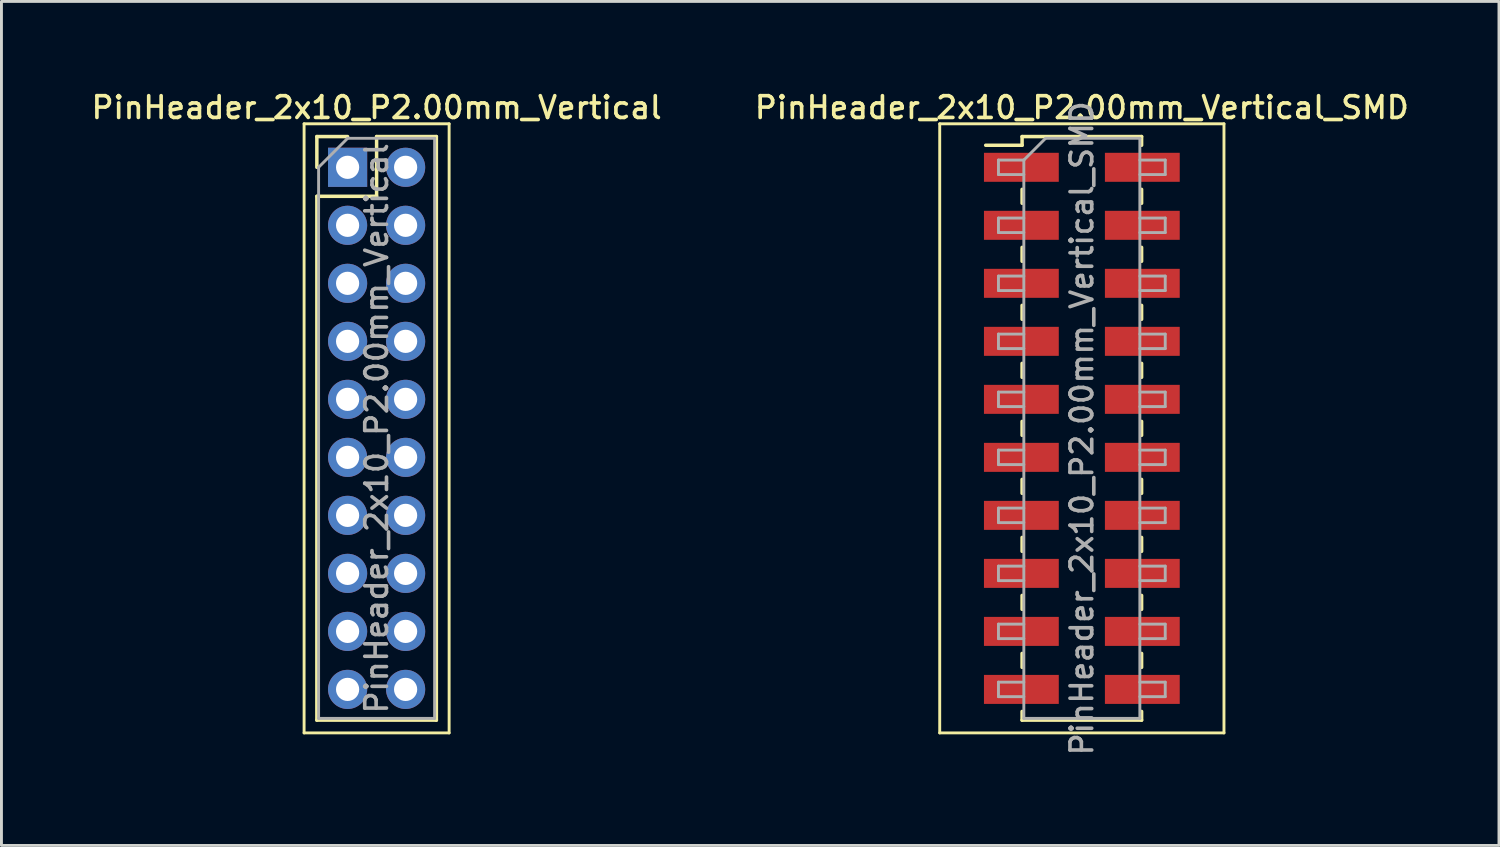
<source format=kicad_pcb>
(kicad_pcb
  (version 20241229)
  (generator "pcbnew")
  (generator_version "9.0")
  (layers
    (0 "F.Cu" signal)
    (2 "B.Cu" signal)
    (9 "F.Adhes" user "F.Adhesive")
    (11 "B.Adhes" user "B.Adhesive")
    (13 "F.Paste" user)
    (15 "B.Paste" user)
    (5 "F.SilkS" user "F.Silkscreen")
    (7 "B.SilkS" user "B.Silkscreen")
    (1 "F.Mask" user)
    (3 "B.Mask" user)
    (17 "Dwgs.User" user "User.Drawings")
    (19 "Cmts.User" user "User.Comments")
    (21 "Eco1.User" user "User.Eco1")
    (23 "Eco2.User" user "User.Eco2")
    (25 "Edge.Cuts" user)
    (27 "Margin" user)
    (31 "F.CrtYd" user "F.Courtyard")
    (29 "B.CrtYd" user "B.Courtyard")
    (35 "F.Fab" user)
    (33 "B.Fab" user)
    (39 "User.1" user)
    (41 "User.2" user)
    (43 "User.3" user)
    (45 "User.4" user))
  (footprint "PinHeader_2x10_P2.00mm_Vertical"
    (layer "F.Cu")
    (at 8.934 2.718)
    (property "Reference" "PinHeader_2x10_P2.00mm_Vertical" (at 1 -2.06 0) (layer "F.SilkS") (effects (font (size 0.75 0.75) (thickness 0.125))))
    (attr through_hole)
    (fp_line (start -1.5 -1.5) (end -1.5 19.5) (stroke (width 0.1) (type solid)) (layer "F.SilkS"))
    (fp_line (start -1.5 19.5) (end 3.5 19.5) (stroke (width 0.1) (type solid)) (layer "F.SilkS"))
    (fp_line (start -1.06 -1.06) (end 0 -1.06) (stroke (width 0.12) (type solid)) (layer "F.SilkS"))
    (fp_line (start -1.06 0) (end -1.06 -1.06) (stroke (width 0.12) (type solid)) (layer "F.SilkS"))
    (fp_line (start -1.06 1) (end -1.06 19.06) (stroke (width 0.12) (type solid)) (layer "F.SilkS"))
    (fp_line (start -1.06 1) (end 1 1) (stroke (width 0.12) (type solid)) (layer "F.SilkS"))
    (fp_line (start -1.06 19.06) (end 3.06 19.06) (stroke (width 0.12) (type solid)) (layer "F.SilkS"))
    (fp_line (start 1 -1.06) (end 3.06 -1.06) (stroke (width 0.12) (type solid)) (layer "F.SilkS"))
    (fp_line (start 1 1) (end 1 -1.06) (stroke (width 0.12) (type solid)) (layer "F.SilkS"))
    (fp_line (start 3.06 -1.06) (end 3.06 19.06) (stroke (width 0.12) (type solid)) (layer "F.SilkS"))
    (fp_line (start 3.5 -1.5) (end -1.5 -1.5) (stroke (width 0.1) (type solid)) (layer "F.SilkS"))
    (fp_line (start 3.5 19.5) (end 3.5 -1.5) (stroke (width 0.1) (type solid)) (layer "F.SilkS"))
    (fp_line (start -1 0) (end 0 -1) (stroke (width 0.1) (type solid)) (layer "F.Fab"))
    (fp_line (start -1 19) (end -1 0) (stroke (width 0.1) (type solid)) (layer "F.Fab"))
    (fp_line (start 0 -1) (end 3 -1) (stroke (width 0.1) (type solid)) (layer "F.Fab"))
    (fp_line (start 3 -1) (end 3 19) (stroke (width 0.1) (type solid)) (layer "F.Fab"))
    (fp_line (start 3 19) (end -1 19) (stroke (width 0.1) (type solid)) (layer "F.Fab"))
    (fp_text user "${REFERENCE}" (at 1 9 90) (layer "F.Fab") (effects (font (size 0.75 0.75) (thickness 0.125))))
    (pad "1" thru_hole rect (at 0 0) (size 1.35 1.35) (drill 0.8) (layers "*.Cu" "*.Mask"))
    (pad "2" thru_hole oval (at 2 0) (size 1.35 1.35) (drill 0.8) (layers "*.Cu" "*.Mask"))
    (pad "3" thru_hole oval (at 0 2) (size 1.35 1.35) (drill 0.8) (layers "*.Cu" "*.Mask"))
    (pad "4" thru_hole oval (at 2 2) (size 1.35 1.35) (drill 0.8) (layers "*.Cu" "*.Mask"))
    (pad "5" thru_hole oval (at 0 4) (size 1.35 1.35) (drill 0.8) (layers "*.Cu" "*.Mask"))
    (pad "6" thru_hole oval (at 2 4) (size 1.35 1.35) (drill 0.8) (layers "*.Cu" "*.Mask"))
    (pad "7" thru_hole oval (at 0 6) (size 1.35 1.35) (drill 0.8) (layers "*.Cu" "*.Mask"))
    (pad "8" thru_hole oval (at 2 6) (size 1.35 1.35) (drill 0.8) (layers "*.Cu" "*.Mask"))
    (pad "9" thru_hole oval (at 0 8) (size 1.35 1.35) (drill 0.8) (layers "*.Cu" "*.Mask"))
    (pad "10" thru_hole oval (at 2 8) (size 1.35 1.35) (drill 0.8) (layers "*.Cu" "*.Mask"))
    (pad "11" thru_hole oval (at 0 10) (size 1.35 1.35) (drill 0.8) (layers "*.Cu" "*.Mask"))
    (pad "12" thru_hole oval (at 2 10) (size 1.35 1.35) (drill 0.8) (layers "*.Cu" "*.Mask"))
    (pad "13" thru_hole oval (at 0 12) (size 1.35 1.35) (drill 0.8) (layers "*.Cu" "*.Mask"))
    (pad "14" thru_hole oval (at 2 12) (size 1.35 1.35) (drill 0.8) (layers "*.Cu" "*.Mask"))
    (pad "15" thru_hole oval (at 0 14) (size 1.35 1.35) (drill 0.8) (layers "*.Cu" "*.Mask"))
    (pad "16" thru_hole oval (at 2 14) (size 1.35 1.35) (drill 0.8) (layers "*.Cu" "*.Mask"))
    (pad "17" thru_hole oval (at 0 16) (size 1.35 1.35) (drill 0.8) (layers "*.Cu" "*.Mask"))
    (pad "18" thru_hole oval (at 2 16) (size 1.35 1.35) (drill 0.8) (layers "*.Cu" "*.Mask"))
    (pad "19" thru_hole oval (at 0 18) (size 1.35 1.35) (drill 0.8) (layers "*.Cu" "*.Mask"))
    (pad "20" thru_hole oval (at 2 18) (size 1.35 1.35) (drill 0.8) (layers "*.Cu" "*.Mask")))
  (footprint "PinHeader_2x10_P2.00mm_Vertical_SMD"
    (layer "F.Cu")
    (at 34.248 11.718)
    (property "Reference" "PinHeader_2x10_P2.00mm_Vertical_SMD" (at 0 -11.06 0) (layer "F.SilkS") (effects (font (size 0.75 0.75) (thickness 0.125))))
    (attr smd)
    (fp_line (start -4.9 -10.5) (end -4.9 10.5) (stroke (width 0.1) (type solid)) (layer "F.SilkS"))
    (fp_line (start -4.9 10.5) (end 4.9 10.5) (stroke (width 0.1) (type solid)) (layer "F.SilkS"))
    (fp_line (start -3.315 -9.76) (end -2.06 -9.76) (stroke (width 0.12) (type solid)) (layer "F.SilkS"))
    (fp_line (start -2.06 -10.06) (end -2.06 -9.76) (stroke (width 0.12) (type solid)) (layer "F.SilkS"))
    (fp_line (start -2.06 -10.06) (end 2.06 -10.06) (stroke (width 0.12) (type solid)) (layer "F.SilkS"))
    (fp_line (start -2.06 -8.24) (end -2.06 -7.76) (stroke (width 0.12) (type solid)) (layer "F.SilkS"))
    (fp_line (start -2.06 -6.24) (end -2.06 -5.76) (stroke (width 0.12) (type solid)) (layer "F.SilkS"))
    (fp_line (start -2.06 -4.24) (end -2.06 -3.76) (stroke (width 0.12) (type solid)) (layer "F.SilkS"))
    (fp_line (start -2.06 -2.24) (end -2.06 -1.76) (stroke (width 0.12) (type solid)) (layer "F.SilkS"))
    (fp_line (start -2.06 -0.24) (end -2.06 0.24) (stroke (width 0.12) (type solid)) (layer "F.SilkS"))
    (fp_line (start -2.06 1.76) (end -2.06 2.24) (stroke (width 0.12) (type solid)) (layer "F.SilkS"))
    (fp_line (start -2.06 3.76) (end -2.06 4.24) (stroke (width 0.12) (type solid)) (layer "F.SilkS"))
    (fp_line (start -2.06 5.76) (end -2.06 6.24) (stroke (width 0.12) (type solid)) (layer "F.SilkS"))
    (fp_line (start -2.06 7.76) (end -2.06 8.24) (stroke (width 0.12) (type solid)) (layer "F.SilkS"))
    (fp_line (start -2.06 9.76) (end -2.06 10.06) (stroke (width 0.12) (type solid)) (layer "F.SilkS"))
    (fp_line (start -2.06 10.06) (end 2.06 10.06) (stroke (width 0.12) (type solid)) (layer "F.SilkS"))
    (fp_line (start 2.06 -10.06) (end 2.06 -9.76) (stroke (width 0.12) (type solid)) (layer "F.SilkS"))
    (fp_line (start 2.06 -8.24) (end 2.06 -7.76) (stroke (width 0.12) (type solid)) (layer "F.SilkS"))
    (fp_line (start 2.06 -6.24) (end 2.06 -5.76) (stroke (width 0.12) (type solid)) (layer "F.SilkS"))
    (fp_line (start 2.06 -4.24) (end 2.06 -3.76) (stroke (width 0.12) (type solid)) (layer "F.SilkS"))
    (fp_line (start 2.06 -2.24) (end 2.06 -1.76) (stroke (width 0.12) (type solid)) (layer "F.SilkS"))
    (fp_line (start 2.06 -0.24) (end 2.06 0.24) (stroke (width 0.12) (type solid)) (layer "F.SilkS"))
    (fp_line (start 2.06 1.76) (end 2.06 2.24) (stroke (width 0.12) (type solid)) (layer "F.SilkS"))
    (fp_line (start 2.06 3.76) (end 2.06 4.24) (stroke (width 0.12) (type solid)) (layer "F.SilkS"))
    (fp_line (start 2.06 5.76) (end 2.06 6.24) (stroke (width 0.12) (type solid)) (layer "F.SilkS"))
    (fp_line (start 2.06 7.76) (end 2.06 8.24) (stroke (width 0.12) (type solid)) (layer "F.SilkS"))
    (fp_line (start 2.06 9.76) (end 2.06 10.06) (stroke (width 0.12) (type solid)) (layer "F.SilkS"))
    (fp_line (start 4.9 -10.5) (end -4.9 -10.5) (stroke (width 0.1) (type solid)) (layer "F.SilkS"))
    (fp_line (start 4.9 10.5) (end 4.9 -10.5) (stroke (width 0.1) (type solid)) (layer "F.SilkS"))
    (fp_line (start -2.875 -9.25) (end -2.875 -8.75) (stroke (width 0.1) (type solid)) (layer "F.Fab"))
    (fp_line (start -2.875 -8.75) (end -2 -8.75) (stroke (width 0.1) (type solid)) (layer "F.Fab"))
    (fp_line (start -2.875 -7.25) (end -2.875 -6.75) (stroke (width 0.1) (type solid)) (layer "F.Fab"))
    (fp_line (start -2.875 -6.75) (end -2 -6.75) (stroke (width 0.1) (type solid)) (layer "F.Fab"))
    (fp_line (start -2.875 -5.25) (end -2.875 -4.75) (stroke (width 0.1) (type solid)) (layer "F.Fab"))
    (fp_line (start -2.875 -4.75) (end -2 -4.75) (stroke (width 0.1) (type solid)) (layer "F.Fab"))
    (fp_line (start -2.875 -3.25) (end -2.875 -2.75) (stroke (width 0.1) (type solid)) (layer "F.Fab"))
    (fp_line (start -2.875 -2.75) (end -2 -2.75) (stroke (width 0.1) (type solid)) (layer "F.Fab"))
    (fp_line (start -2.875 -1.25) (end -2.875 -0.75) (stroke (width 0.1) (type solid)) (layer "F.Fab"))
    (fp_line (start -2.875 -0.75) (end -2 -0.75) (stroke (width 0.1) (type solid)) (layer "F.Fab"))
    (fp_line (start -2.875 0.75) (end -2.875 1.25) (stroke (width 0.1) (type solid)) (layer "F.Fab"))
    (fp_line (start -2.875 1.25) (end -2 1.25) (stroke (width 0.1) (type solid)) (layer "F.Fab"))
    (fp_line (start -2.875 2.75) (end -2.875 3.25) (stroke (width 0.1) (type solid)) (layer "F.Fab"))
    (fp_line (start -2.875 3.25) (end -2 3.25) (stroke (width 0.1) (type solid)) (layer "F.Fab"))
    (fp_line (start -2.875 4.75) (end -2.875 5.25) (stroke (width 0.1) (type solid)) (layer "F.Fab"))
    (fp_line (start -2.875 5.25) (end -2 5.25) (stroke (width 0.1) (type solid)) (layer "F.Fab"))
    (fp_line (start -2.875 6.75) (end -2.875 7.25) (stroke (width 0.1) (type solid)) (layer "F.Fab"))
    (fp_line (start -2.875 7.25) (end -2 7.25) (stroke (width 0.1) (type solid)) (layer "F.Fab"))
    (fp_line (start -2.875 8.75) (end -2.875 9.25) (stroke (width 0.1) (type solid)) (layer "F.Fab"))
    (fp_line (start -2.875 9.25) (end -2 9.25) (stroke (width 0.1) (type solid)) (layer "F.Fab"))
    (fp_line (start -2 -9.25) (end -2.875 -9.25) (stroke (width 0.1) (type solid)) (layer "F.Fab"))
    (fp_line (start -2 -9.25) (end -1.25 -10) (stroke (width 0.1) (type solid)) (layer "F.Fab"))
    (fp_line (start -2 -7.25) (end -2.875 -7.25) (stroke (width 0.1) (type solid)) (layer "F.Fab"))
    (fp_line (start -2 -5.25) (end -2.875 -5.25) (stroke (width 0.1) (type solid)) (layer "F.Fab"))
    (fp_line (start -2 -3.25) (end -2.875 -3.25) (stroke (width 0.1) (type solid)) (layer "F.Fab"))
    (fp_line (start -2 -1.25) (end -2.875 -1.25) (stroke (width 0.1) (type solid)) (layer "F.Fab"))
    (fp_line (start -2 0.75) (end -2.875 0.75) (stroke (width 0.1) (type solid)) (layer "F.Fab"))
    (fp_line (start -2 2.75) (end -2.875 2.75) (stroke (width 0.1) (type solid)) (layer "F.Fab"))
    (fp_line (start -2 4.75) (end -2.875 4.75) (stroke (width 0.1) (type solid)) (layer "F.Fab"))
    (fp_line (start -2 6.75) (end -2.875 6.75) (stroke (width 0.1) (type solid)) (layer "F.Fab"))
    (fp_line (start -2 8.75) (end -2.875 8.75) (stroke (width 0.1) (type solid)) (layer "F.Fab"))
    (fp_line (start -2 10) (end -2 -9.25) (stroke (width 0.1) (type solid)) (layer "F.Fab"))
    (fp_line (start -1.25 -10) (end 2 -10) (stroke (width 0.1) (type solid)) (layer "F.Fab"))
    (fp_line (start 2 -10) (end 2 10) (stroke (width 0.1) (type solid)) (layer "F.Fab"))
    (fp_line (start 2 -9.25) (end 2.875 -9.25) (stroke (width 0.1) (type solid)) (layer "F.Fab"))
    (fp_line (start 2 -7.25) (end 2.875 -7.25) (stroke (width 0.1) (type solid)) (layer "F.Fab"))
    (fp_line (start 2 -5.25) (end 2.875 -5.25) (stroke (width 0.1) (type solid)) (layer "F.Fab"))
    (fp_line (start 2 -3.25) (end 2.875 -3.25) (stroke (width 0.1) (type solid)) (layer "F.Fab"))
    (fp_line (start 2 -1.25) (end 2.875 -1.25) (stroke (width 0.1) (type solid)) (layer "F.Fab"))
    (fp_line (start 2 0.75) (end 2.875 0.75) (stroke (width 0.1) (type solid)) (layer "F.Fab"))
    (fp_line (start 2 2.75) (end 2.875 2.75) (stroke (width 0.1) (type solid)) (layer "F.Fab"))
    (fp_line (start 2 4.75) (end 2.875 4.75) (stroke (width 0.1) (type solid)) (layer "F.Fab"))
    (fp_line (start 2 6.75) (end 2.875 6.75) (stroke (width 0.1) (type solid)) (layer "F.Fab"))
    (fp_line (start 2 8.75) (end 2.875 8.75) (stroke (width 0.1) (type solid)) (layer "F.Fab"))
    (fp_line (start 2 10) (end -2 10) (stroke (width 0.1) (type solid)) (layer "F.Fab"))
    (fp_line (start 2.875 -9.25) (end 2.875 -8.75) (stroke (width 0.1) (type solid)) (layer "F.Fab"))
    (fp_line (start 2.875 -8.75) (end 2 -8.75) (stroke (width 0.1) (type solid)) (layer "F.Fab"))
    (fp_line (start 2.875 -7.25) (end 2.875 -6.75) (stroke (width 0.1) (type solid)) (layer "F.Fab"))
    (fp_line (start 2.875 -6.75) (end 2 -6.75) (stroke (width 0.1) (type solid)) (layer "F.Fab"))
    (fp_line (start 2.875 -5.25) (end 2.875 -4.75) (stroke (width 0.1) (type solid)) (layer "F.Fab"))
    (fp_line (start 2.875 -4.75) (end 2 -4.75) (stroke (width 0.1) (type solid)) (layer "F.Fab"))
    (fp_line (start 2.875 -3.25) (end 2.875 -2.75) (stroke (width 0.1) (type solid)) (layer "F.Fab"))
    (fp_line (start 2.875 -2.75) (end 2 -2.75) (stroke (width 0.1) (type solid)) (layer "F.Fab"))
    (fp_line (start 2.875 -1.25) (end 2.875 -0.75) (stroke (width 0.1) (type solid)) (layer "F.Fab"))
    (fp_line (start 2.875 -0.75) (end 2 -0.75) (stroke (width 0.1) (type solid)) (layer "F.Fab"))
    (fp_line (start 2.875 0.75) (end 2.875 1.25) (stroke (width 0.1) (type solid)) (layer "F.Fab"))
    (fp_line (start 2.875 1.25) (end 2 1.25) (stroke (width 0.1) (type solid)) (layer "F.Fab"))
    (fp_line (start 2.875 2.75) (end 2.875 3.25) (stroke (width 0.1) (type solid)) (layer "F.Fab"))
    (fp_line (start 2.875 3.25) (end 2 3.25) (stroke (width 0.1) (type solid)) (layer "F.Fab"))
    (fp_line (start 2.875 4.75) (end 2.875 5.25) (stroke (width 0.1) (type solid)) (layer "F.Fab"))
    (fp_line (start 2.875 5.25) (end 2 5.25) (stroke (width 0.1) (type solid)) (layer "F.Fab"))
    (fp_line (start 2.875 6.75) (end 2.875 7.25) (stroke (width 0.1) (type solid)) (layer "F.Fab"))
    (fp_line (start 2.875 7.25) (end 2 7.25) (stroke (width 0.1) (type solid)) (layer "F.Fab"))
    (fp_line (start 2.875 8.75) (end 2.875 9.25) (stroke (width 0.1) (type solid)) (layer "F.Fab"))
    (fp_line (start 2.875 9.25) (end 2 9.25) (stroke (width 0.1) (type solid)) (layer "F.Fab"))
    (fp_text user "${REFERENCE}" (at 0 0 90) (layer "F.Fab") (effects (font (size 0.75 0.75) (thickness 0.125))))
    (pad "1" smd rect (at -2.085 -9) (size 2.58 1) (layers "F.Cu" "F.Mask" "F.Paste"))
    (pad "2" smd rect (at 2.085 -9) (size 2.58 1) (layers "F.Cu" "F.Mask" "F.Paste"))
    (pad "3" smd rect (at -2.085 -7) (size 2.58 1) (layers "F.Cu" "F.Mask" "F.Paste"))
    (pad "4" smd rect (at 2.085 -7) (size 2.58 1) (layers "F.Cu" "F.Mask" "F.Paste"))
    (pad "5" smd rect (at -2.085 -5) (size 2.58 1) (layers "F.Cu" "F.Mask" "F.Paste"))
    (pad "6" smd rect (at 2.085 -5) (size 2.58 1) (layers "F.Cu" "F.Mask" "F.Paste"))
    (pad "7" smd rect (at -2.085 -3) (size 2.58 1) (layers "F.Cu" "F.Mask" "F.Paste"))
    (pad "8" smd rect (at 2.085 -3) (size 2.58 1) (layers "F.Cu" "F.Mask" "F.Paste"))
    (pad "9" smd rect (at -2.085 -1) (size 2.58 1) (layers "F.Cu" "F.Mask" "F.Paste"))
    (pad "10" smd rect (at 2.085 -1) (size 2.58 1) (layers "F.Cu" "F.Mask" "F.Paste"))
    (pad "11" smd rect (at -2.085 1) (size 2.58 1) (layers "F.Cu" "F.Mask" "F.Paste"))
    (pad "12" smd rect (at 2.085 1) (size 2.58 1) (layers "F.Cu" "F.Mask" "F.Paste"))
    (pad "13" smd rect (at -2.085 3) (size 2.58 1) (layers "F.Cu" "F.Mask" "F.Paste"))
    (pad "14" smd rect (at 2.085 3) (size 2.58 1) (layers "F.Cu" "F.Mask" "F.Paste"))
    (pad "15" smd rect (at -2.085 5) (size 2.58 1) (layers "F.Cu" "F.Mask" "F.Paste"))
    (pad "16" smd rect (at 2.085 5) (size 2.58 1) (layers "F.Cu" "F.Mask" "F.Paste"))
    (pad "17" smd rect (at -2.085 7) (size 2.58 1) (layers "F.Cu" "F.Mask" "F.Paste"))
    (pad "18" smd rect (at 2.085 7) (size 2.58 1) (layers "F.Cu" "F.Mask" "F.Paste"))
    (pad "19" smd rect (at -2.085 9) (size 2.58 1) (layers "F.Cu" "F.Mask" "F.Paste"))
    (pad "20" smd rect (at 2.085 9) (size 2.58 1) (layers "F.Cu" "F.Mask" "F.Paste")))
  (gr_rect
    (start -3 -3)
    (end 48.629 26.098)
    (stroke (width 0.1) (type default))
    (fill no)
    (layer "Edge.Cuts")))
</source>
